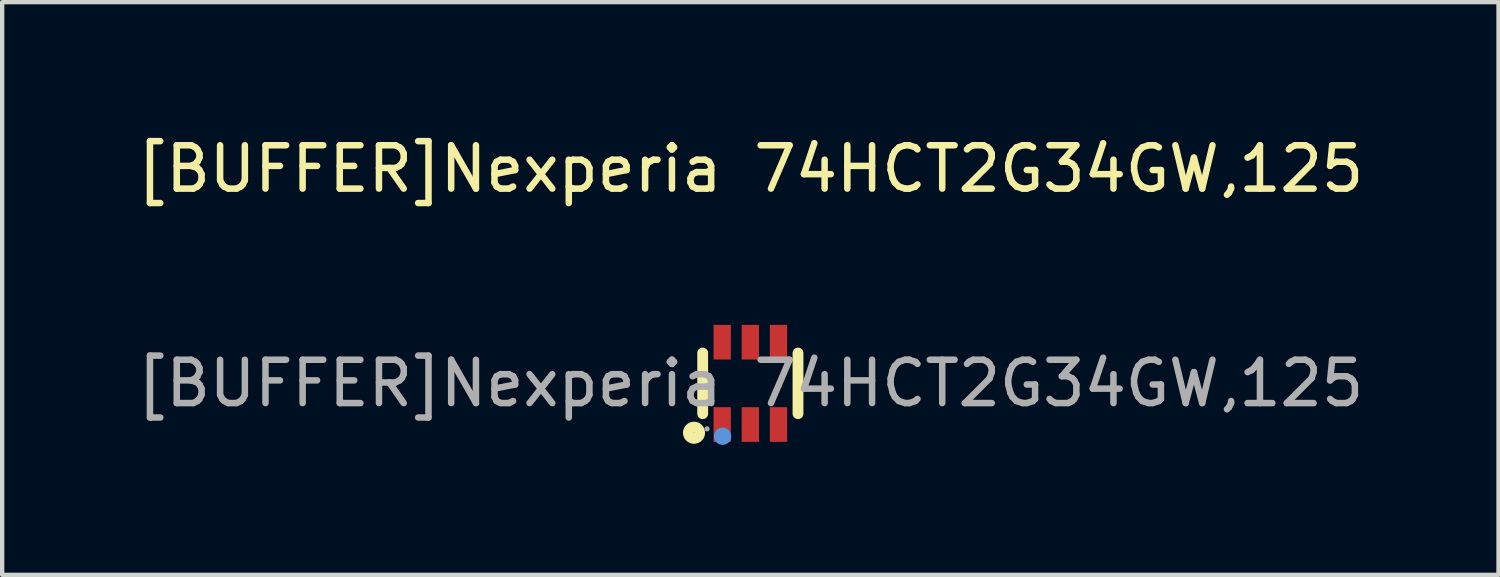
<source format=kicad_pcb>
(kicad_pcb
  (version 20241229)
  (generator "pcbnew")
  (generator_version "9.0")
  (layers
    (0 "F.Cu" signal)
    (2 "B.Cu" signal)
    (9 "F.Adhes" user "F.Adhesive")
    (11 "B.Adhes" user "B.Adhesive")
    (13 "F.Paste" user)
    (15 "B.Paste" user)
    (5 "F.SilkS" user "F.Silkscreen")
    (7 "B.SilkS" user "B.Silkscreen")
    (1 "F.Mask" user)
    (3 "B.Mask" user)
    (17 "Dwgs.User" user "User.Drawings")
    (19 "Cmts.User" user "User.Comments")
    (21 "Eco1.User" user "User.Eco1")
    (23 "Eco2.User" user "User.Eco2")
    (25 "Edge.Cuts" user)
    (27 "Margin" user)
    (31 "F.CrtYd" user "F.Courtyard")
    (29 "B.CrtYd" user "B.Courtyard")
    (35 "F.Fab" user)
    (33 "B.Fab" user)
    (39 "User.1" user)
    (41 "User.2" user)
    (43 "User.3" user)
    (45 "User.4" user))
  (footprint "[BUFFER]Nexperia 74HCT2G34GW,125"
    (layer "F.Cu")
    (at 14.268 5.798)
    (property "Reference" "[BUFFER]Nexperia 74HCT2G34GW,125" (at 0 -4.95 0) (layer "F.SilkS") (effects (font (size 1 1) (thickness 0.15))))
    (attr smd)
    (fp_line (start -1.1 -0.7) (end -1.1 0.7) (stroke (width 0.25) (type solid)) (layer "F.SilkS"))
    (fp_line (start 1.1 -0.7) (end 1.1 0.7) (stroke (width 0.25) (type solid)) (layer "F.SilkS"))
    (fp_circle (center -1.3 1.14) (end -1.17 1.14) (stroke (width 0.25) (type solid)) (fill no) (layer "F.SilkS"))
    (fp_circle (center -0.64 1.22) (end -0.54 1.22) (stroke (width 0.2) (type solid)) (fill no) (layer "Cmts.User"))
    (fp_circle (center -1 1.05) (end -0.97 1.05) (stroke (width 0.06) (type solid)) (fill no) (layer "F.Fab"))
    (fp_text user "${REFERENCE}" (at 0 0 0) (layer "F.Fab") (effects (font (size 1 1) (thickness 0.15))))
    (pad "1" smd rect (at -0.65 0.95) (size 0.4 0.8) (layers "F.Cu" "F.Mask" "F.Paste"))
    (pad "2" smd rect (at 0 0.95) (size 0.4 0.8) (layers "F.Cu" "F.Mask" "F.Paste"))
    (pad "3" smd rect (at 0.65 0.95) (size 0.4 0.8) (layers "F.Cu" "F.Mask" "F.Paste"))
    (pad "4" smd rect (at 0.65 -0.95) (size 0.4 0.8) (layers "F.Cu" "F.Mask" "F.Paste"))
    (pad "5" smd rect (at 0 -0.95) (size 0.4 0.8) (layers "F.Cu" "F.Mask" "F.Paste"))
    (pad "6" smd rect (at -0.65 -0.95) (size 0.4 0.8) (layers "F.Cu" "F.Mask" "F.Paste")))
  (gr_rect
    (start -3 -3)
    (end 31.536 10.218)
    (stroke (width 0.1) (type default))
    (fill no)
    (layer "Edge.Cuts")))
</source>
